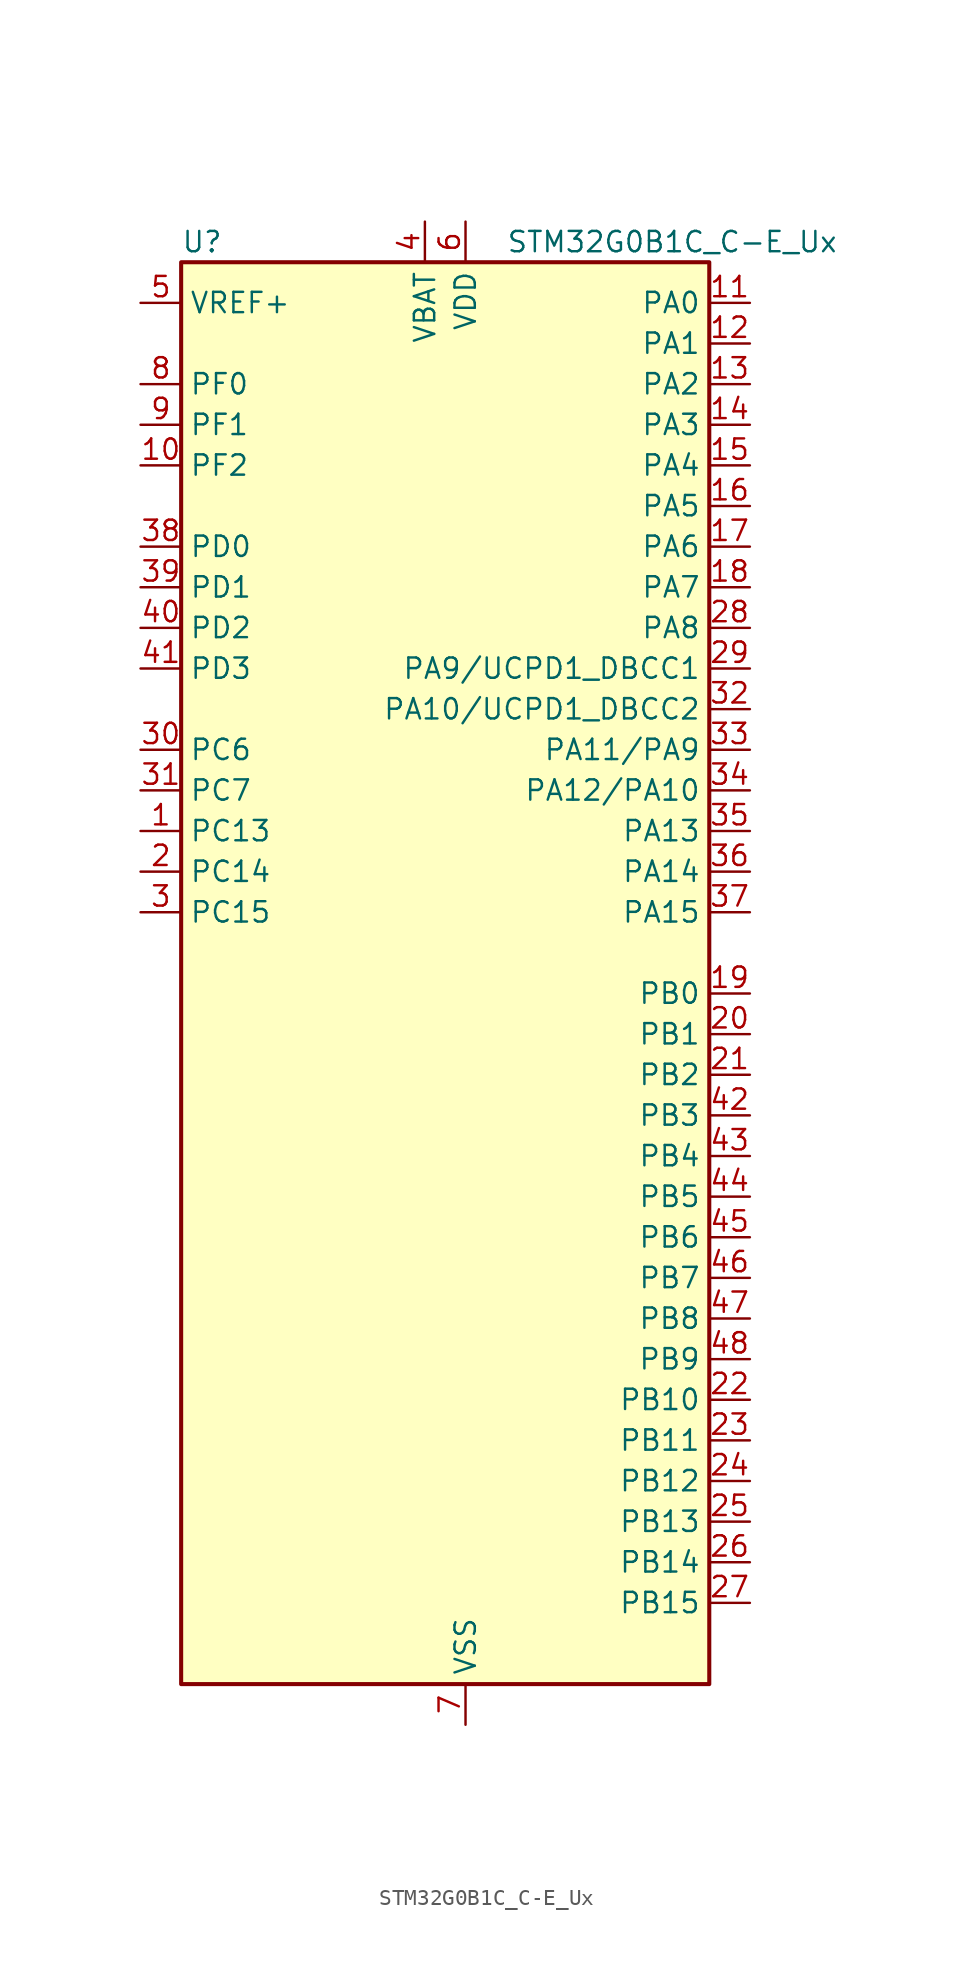
<source format=kicad_sym>
(kicad_symbol_lib
  (version 20211014)
  (generator kicad-library-utils)
  (symbol "STM32G0B1C_C-E_Ux"
    (property "Reference" "U"
      (at -15.24 46.99 0)
      (effects (font (size 1.27 1.27)) (justify left)))
    (property "Value" "STM32G0B1C_C-E_Ux"
      (at 5.08 46.99 0)
      (effects (font (size 1.27 1.27)) (justify left)))
    (property "ki_fp_filters" "QFN*1EP*7x7mm*P0.5mm*"
      (at 0.0 0.0 0.0)
      (effects (font (size 1.27 1.27))))
    (symbol "STM32G0B1C_C-E_Ux_0_1"
      (rectangle (start -15.24 -43.18) (end 17.78 45.72) (stroke (width 0.254)) (fill (type background))))
    (symbol "STM32G0B1C_C-E_Ux_1_1"
      (pin input line (at -17.78 43.18 0) (length 2.54) (name "VREF+" (effects (font (size 1.27 1.27)))) (number "5" (effects (font (size 1.27 1.27)))) (alternate "VREFBUF_OUT" bidirectional line))
      (pin bidirectional line (at -17.78 38.1 0) (length 2.54) (name "PF0" (effects (font (size 1.27 1.27)))) (number "8" (effects (font (size 1.27 1.27)))) (alternate "CRS1_SYNC" bidirectional line) (alternate "RCC_OSC_IN" bidirectional line) (alternate "TIM14_CH1" bidirectional line))
      (pin bidirectional line (at -17.78 35.56 0) (length 2.54) (name "PF1" (effects (font (size 1.27 1.27)))) (number "9" (effects (font (size 1.27 1.27)))) (alternate "RCC_OSC_EN" bidirectional line) (alternate "RCC_OSC_OUT" bidirectional line) (alternate "TIM15_CH1N" bidirectional line))
      (pin bidirectional line (at -17.78 33.02 0) (length 2.54) (name "PF2" (effects (font (size 1.27 1.27)))) (number "10" (effects (font (size 1.27 1.27)))) (alternate "LPUART2_DE" bidirectional line) (alternate "LPUART2_RTS" bidirectional line) (alternate "LPUART2_TX" bidirectional line) (alternate "RCC_MCO" bidirectional line))
      (pin bidirectional line (at -17.78 27.94 0) (length 2.54) (name "PD0" (effects (font (size 1.27 1.27)))) (number "38" (effects (font (size 1.27 1.27)))) (alternate "FDCAN1_RX" bidirectional line) (alternate "I2S2_WS" bidirectional line) (alternate "SPI2_NSS" bidirectional line) (alternate "TIM16_CH1" bidirectional line) (alternate "UCPD2_CC1" bidirectional line))
      (pin bidirectional line (at -17.78 25.4 0) (length 2.54) (name "PD1" (effects (font (size 1.27 1.27)))) (number "39" (effects (font (size 1.27 1.27)))) (alternate "FDCAN1_TX" bidirectional line) (alternate "I2S2_CK" bidirectional line) (alternate "SPI2_SCK" bidirectional line) (alternate "TIM17_CH1" bidirectional line) (alternate "UCPD2_DBCC1" bidirectional line))
      (pin bidirectional line (at -17.78 22.86 0) (length 2.54) (name "PD2" (effects (font (size 1.27 1.27)))) (number "40" (effects (font (size 1.27 1.27)))) (alternate "TIM1_CH1N" bidirectional line) (alternate "TIM3_ETR" bidirectional line) (alternate "UCPD2_CC2" bidirectional line) (alternate "USART3_CK" bidirectional line) (alternate "USART3_DE" bidirectional line) (alternate "USART3_RTS" bidirectional line) (alternate "USART5_RX" bidirectional line))
      (pin bidirectional line (at -17.78 20.32 0) (length 2.54) (name "PD3" (effects (font (size 1.27 1.27)))) (number "41" (effects (font (size 1.27 1.27)))) (alternate "I2S2_MCK" bidirectional line) (alternate "SPI2_MISO" bidirectional line) (alternate "TIM1_CH2N" bidirectional line) (alternate "UCPD2_DBCC2" bidirectional line) (alternate "USART2_CTS" bidirectional line) (alternate "USART2_NSS" bidirectional line) (alternate "USART5_TX" bidirectional line))
      (pin bidirectional line (at -17.78 15.24 0) (length 2.54) (name "PC6" (effects (font (size 1.27 1.27)))) (number "30" (effects (font (size 1.27 1.27)))) (alternate "LPUART2_TX" bidirectional line) (alternate "TIM2_CH3" bidirectional line) (alternate "TIM3_CH1" bidirectional line) (alternate "UCPD1_FRSTX1" bidirectional line) (alternate "UCPD1_FRSTX2" bidirectional line))
      (pin bidirectional line (at -17.78 12.7 0) (length 2.54) (name "PC7" (effects (font (size 1.27 1.27)))) (number "31" (effects (font (size 1.27 1.27)))) (alternate "LPUART2_RX" bidirectional line) (alternate "TIM2_CH4" bidirectional line) (alternate "TIM3_CH2" bidirectional line) (alternate "UCPD2_FRSTX1" bidirectional line) (alternate "UCPD2_FRSTX2" bidirectional line))
      (pin bidirectional line (at -17.78 10.16 0) (length 2.54) (name "PC13" (effects (font (size 1.27 1.27)))) (number "1" (effects (font (size 1.27 1.27)))) (alternate "RTC_OUT1" bidirectional line) (alternate "RTC_TAMP_IN1" bidirectional line) (alternate "RTC_TS" bidirectional line) (alternate "SYS_WKUP2" bidirectional line) (alternate "TIM1_BK" bidirectional line))
      (pin bidirectional line (at -17.78 7.62 0) (length 2.54) (name "PC14" (effects (font (size 1.27 1.27)))) (number "2" (effects (font (size 1.27 1.27)))) (alternate "RCC_OSC32_IN" bidirectional line) (alternate "TIM1_BK2" bidirectional line))
      (pin bidirectional line (at -17.78 5.08 0) (length 2.54) (name "PC15" (effects (font (size 1.27 1.27)))) (number "3" (effects (font (size 1.27 1.27)))) (alternate "RCC_OSC32_EN" bidirectional line) (alternate "RCC_OSC32_OUT" bidirectional line) (alternate "RCC_OSC_EN" bidirectional line) (alternate "TIM15_BK" bidirectional line))
      (pin bidirectional line (at 20.32 43.18 180) (length 2.54) (name "PA0" (effects (font (size 1.27 1.27)))) (number "11" (effects (font (size 1.27 1.27)))) (alternate "ADC1_IN0" bidirectional line) (alternate "COMP1_INM" bidirectional line) (alternate "COMP1_OUT" bidirectional line) (alternate "I2S2_CK" bidirectional line) (alternate "LPTIM1_OUT" bidirectional line) (alternate "RTC_TAMP_IN2" bidirectional line) (alternate "SPI2_SCK" bidirectional line) (alternate "SYS_WKUP1" bidirectional line) (alternate "TIM2_CH1" bidirectional line) (alternate "TIM2_ETR" bidirectional line) (alternate "UCPD2_FRSTX1" bidirectional line) (alternate "UCPD2_FRSTX2" bidirectional line) (alternate "USART2_CTS" bidirectional line) (alternate "USART2_NSS" bidirectional line) (alternate "USART4_TX" bidirectional line))
      (pin bidirectional line (at 20.32 40.64 180) (length 2.54) (name "PA1" (effects (font (size 1.27 1.27)))) (number "12" (effects (font (size 1.27 1.27)))) (alternate "ADC1_IN1" bidirectional line) (alternate "COMP1_INP" bidirectional line) (alternate "I2C1_SMBA" bidirectional line) (alternate "I2S1_CK" bidirectional line) (alternate "SPI1_SCK" bidirectional line) (alternate "TIM15_CH1N" bidirectional line) (alternate "TIM2_CH2" bidirectional line) (alternate "USART2_CK" bidirectional line) (alternate "USART2_DE" bidirectional line) (alternate "USART2_RTS" bidirectional line) (alternate "USART4_RX" bidirectional line))
      (pin bidirectional line (at 20.32 38.1 180) (length 2.54) (name "PA2" (effects (font (size 1.27 1.27)))) (number "13" (effects (font (size 1.27 1.27)))) (alternate "ADC1_IN2" bidirectional line) (alternate "COMP2_INM" bidirectional line) (alternate "COMP2_OUT" bidirectional line) (alternate "I2S1_SD" bidirectional line) (alternate "LPUART1_TX" bidirectional line) (alternate "RCC_LSCO" bidirectional line) (alternate "SPI1_MOSI" bidirectional line) (alternate "SYS_WKUP4" bidirectional line) (alternate "TIM15_CH1" bidirectional line) (alternate "TIM2_CH3" bidirectional line) (alternate "UCPD1_FRSTX1" bidirectional line) (alternate "UCPD1_FRSTX2" bidirectional line) (alternate "USART2_TX" bidirectional line))
      (pin bidirectional line (at 20.32 35.56 180) (length 2.54) (name "PA3" (effects (font (size 1.27 1.27)))) (number "14" (effects (font (size 1.27 1.27)))) (alternate "ADC1_IN3" bidirectional line) (alternate "COMP2_INP" bidirectional line) (alternate "I2S2_MCK" bidirectional line) (alternate "LPUART1_RX" bidirectional line) (alternate "SPI2_MISO" bidirectional line) (alternate "TIM15_CH2" bidirectional line) (alternate "TIM2_CH4" bidirectional line) (alternate "UCPD2_FRSTX1" bidirectional line) (alternate "UCPD2_FRSTX2" bidirectional line) (alternate "USART2_RX" bidirectional line))
      (pin bidirectional line (at 20.32 33.02 180) (length 2.54) (name "PA4" (effects (font (size 1.27 1.27)))) (number "15" (effects (font (size 1.27 1.27)))) (alternate "ADC1_IN4" bidirectional line) (alternate "DAC1_OUT1" bidirectional line) (alternate "I2S1_WS" bidirectional line) (alternate "I2S2_SD" bidirectional line) (alternate "LPTIM2_OUT" bidirectional line) (alternate "RTC_OUT2" bidirectional line) (alternate "SPI1_NSS" bidirectional line) (alternate "SPI2_MOSI" bidirectional line) (alternate "SPI3_NSS" bidirectional line) (alternate "TIM14_CH1" bidirectional line) (alternate "UCPD2_FRSTX1" bidirectional line) (alternate "UCPD2_FRSTX2" bidirectional line) (alternate "USART6_TX" bidirectional line) (alternate "USB_NOE" bidirectional line))
      (pin bidirectional line (at 20.32 30.48 180) (length 2.54) (name "PA5" (effects (font (size 1.27 1.27)))) (number "16" (effects (font (size 1.27 1.27)))) (alternate "ADC1_IN5" bidirectional line) (alternate "CEC" bidirectional line) (alternate "DAC1_OUT2" bidirectional line) (alternate "I2S1_CK" bidirectional line) (alternate "LPTIM2_ETR" bidirectional line) (alternate "SPI1_SCK" bidirectional line) (alternate "TIM2_CH1" bidirectional line) (alternate "TIM2_ETR" bidirectional line) (alternate "UCPD1_FRSTX1" bidirectional line) (alternate "UCPD1_FRSTX2" bidirectional line) (alternate "USART3_TX" bidirectional line) (alternate "USART6_RX" bidirectional line))
      (pin bidirectional line (at 20.32 27.94 180) (length 2.54) (name "PA6" (effects (font (size 1.27 1.27)))) (number "17" (effects (font (size 1.27 1.27)))) (alternate "ADC1_IN6" bidirectional line) (alternate "COMP1_OUT" bidirectional line) (alternate "I2C2_SDA" bidirectional line) (alternate "I2C3_SDA" bidirectional line) (alternate "I2S1_MCK" bidirectional line) (alternate "LPUART1_CTS" bidirectional line) (alternate "SPI1_MISO" bidirectional line) (alternate "TIM16_CH1" bidirectional line) (alternate "TIM1_BK" bidirectional line) (alternate "TIM3_CH1" bidirectional line) (alternate "USART3_CTS" bidirectional line) (alternate "USART3_NSS" bidirectional line) (alternate "USART6_CTS" bidirectional line) (alternate "USART6_NSS" bidirectional line))
      (pin bidirectional line (at 20.32 25.4 180) (length 2.54) (name "PA7" (effects (font (size 1.27 1.27)))) (number "18" (effects (font (size 1.27 1.27)))) (alternate "ADC1_IN7" bidirectional line) (alternate "COMP2_OUT" bidirectional line) (alternate "I2C2_SCL" bidirectional line) (alternate "I2C3_SCL" bidirectional line) (alternate "I2S1_SD" bidirectional line) (alternate "SPI1_MOSI" bidirectional line) (alternate "TIM14_CH1" bidirectional line) (alternate "TIM17_CH1" bidirectional line) (alternate "TIM1_CH1N" bidirectional line) (alternate "TIM3_CH2" bidirectional line) (alternate "UCPD1_FRSTX1" bidirectional line) (alternate "UCPD1_FRSTX2" bidirectional line) (alternate "USART6_CK" bidirectional line) (alternate "USART6_DE" bidirectional line) (alternate "USART6_RTS" bidirectional line))
      (pin bidirectional line (at 20.32 22.86 180) (length 2.54) (name "PA8" (effects (font (size 1.27 1.27)))) (number "28" (effects (font (size 1.27 1.27)))) (alternate "CRS1_SYNC" bidirectional line) (alternate "I2C2_SMBA" bidirectional line) (alternate "I2S2_WS" bidirectional line) (alternate "LPTIM2_OUT" bidirectional line) (alternate "RCC_MCO" bidirectional line) (alternate "SPI2_NSS" bidirectional line) (alternate "TIM1_CH1" bidirectional line) (alternate "UCPD1_CC1" bidirectional line))
      (pin bidirectional line (at 20.32 20.32 180) (length 2.54) (name "PA9/UCPD1_DBCC1" (effects (font (size 1.27 1.27)))) (number "29" (effects (font (size 1.27 1.27)))) (alternate "DAC1_EXTI9" bidirectional line) (alternate "I2C1_SCL" bidirectional line) (alternate "I2C2_SCL" bidirectional line) (alternate "I2S2_MCK" bidirectional line) (alternate "RCC_MCO" bidirectional line) (alternate "SPI2_MISO" bidirectional line) (alternate "TIM15_BK" bidirectional line) (alternate "TIM1_CH2" bidirectional line) (alternate "UCPD1_DBCC1" bidirectional line) (alternate "USART1_TX" bidirectional line))
      (pin bidirectional line (at 20.32 17.78 180) (length 2.54) (name "PA10/UCPD1_DBCC2" (effects (font (size 1.27 1.27)))) (number "32" (effects (font (size 1.27 1.27)))) (alternate "I2C1_SDA" bidirectional line) (alternate "I2C2_SDA" bidirectional line) (alternate "I2S2_SD" bidirectional line) (alternate "RCC_MCO_2" bidirectional line) (alternate "SPI2_MOSI" bidirectional line) (alternate "TIM17_BK" bidirectional line) (alternate "TIM1_CH3" bidirectional line) (alternate "UCPD1_DBCC2" bidirectional line) (alternate "USART1_RX" bidirectional line))
      (pin bidirectional line (at 20.32 15.24 180) (length 2.54) (name "PA11/PA9" (effects (font (size 1.27 1.27)))) (number "33" (effects (font (size 1.27 1.27)))) (alternate "ADC1_EXTI11" bidirectional line) (alternate "COMP1_OUT" bidirectional line) (alternate "FDCAN1_RX" bidirectional line) (alternate "I2C2_SCL" bidirectional line) (alternate "I2S1_MCK" bidirectional line) (alternate "SPI1_MISO" bidirectional line) (alternate "TIM1_BK2" bidirectional line) (alternate "TIM1_CH4" bidirectional line) (alternate "USART1_CTS" bidirectional line) (alternate "USART1_NSS" bidirectional line) (alternate "USB_DM" bidirectional line))
      (pin bidirectional line (at 20.32 12.7 180) (length 2.54) (name "PA12/PA10" (effects (font (size 1.27 1.27)))) (number "34" (effects (font (size 1.27 1.27)))) (alternate "COMP2_OUT" bidirectional line) (alternate "FDCAN1_TX" bidirectional line) (alternate "I2C2_SDA" bidirectional line) (alternate "I2S1_SD" bidirectional line) (alternate "I2S_CKIN" bidirectional line) (alternate "SPI1_MOSI" bidirectional line) (alternate "TIM1_ETR" bidirectional line) (alternate "USART1_CK" bidirectional line) (alternate "USART1_DE" bidirectional line) (alternate "USART1_RTS" bidirectional line) (alternate "USB_DP" bidirectional line))
      (pin bidirectional line (at 20.32 10.16 180) (length 2.54) (name "PA13" (effects (font (size 1.27 1.27)))) (number "35" (effects (font (size 1.27 1.27)))) (alternate "IR_OUT" bidirectional line) (alternate "LPUART2_RX" bidirectional line) (alternate "SYS_SWDIO" bidirectional line) (alternate "USB_NOE" bidirectional line))
      (pin bidirectional line (at 20.32 7.62 180) (length 2.54) (name "PA14" (effects (font (size 1.27 1.27)))) (number "36" (effects (font (size 1.27 1.27)))) (alternate "LPUART2_TX" bidirectional line) (alternate "SYS_SWCLK" bidirectional line) (alternate "USART2_TX" bidirectional line))
      (pin bidirectional line (at 20.32 5.08 180) (length 2.54) (name "PA15" (effects (font (size 1.27 1.27)))) (number "37" (effects (font (size 1.27 1.27)))) (alternate "I2C2_SMBA" bidirectional line) (alternate "I2S1_WS" bidirectional line) (alternate "RCC_MCO_2" bidirectional line) (alternate "SPI1_NSS" bidirectional line) (alternate "SPI3_NSS" bidirectional line) (alternate "TIM2_CH1" bidirectional line) (alternate "TIM2_ETR" bidirectional line) (alternate "USART2_RX" bidirectional line) (alternate "USART3_CK" bidirectional line) (alternate "USART3_DE" bidirectional line) (alternate "USART3_RTS" bidirectional line) (alternate "USART4_CK" bidirectional line) (alternate "USART4_DE" bidirectional line) (alternate "USART4_RTS" bidirectional line) (alternate "USB_NOE" bidirectional line))
      (pin bidirectional line (at 20.32 0.0 180) (length 2.54) (name "PB0" (effects (font (size 1.27 1.27)))) (number "19" (effects (font (size 1.27 1.27)))) (alternate "ADC1_IN8" bidirectional line) (alternate "COMP1_OUT" bidirectional line) (alternate "COMP3_INP" bidirectional line) (alternate "FDCAN2_RX" bidirectional line) (alternate "I2S1_WS" bidirectional line) (alternate "LPTIM1_OUT" bidirectional line) (alternate "LPUART2_CTS" bidirectional line) (alternate "SPI1_NSS" bidirectional line) (alternate "TIM1_CH2N" bidirectional line) (alternate "TIM3_CH3" bidirectional line) (alternate "UCPD1_FRSTX1" bidirectional line) (alternate "UCPD1_FRSTX2" bidirectional line) (alternate "USART3_RX" bidirectional line) (alternate "USART5_TX" bidirectional line))
      (pin bidirectional line (at 20.32 -2.54 180) (length 2.54) (name "PB1" (effects (font (size 1.27 1.27)))) (number "20" (effects (font (size 1.27 1.27)))) (alternate "ADC1_IN9" bidirectional line) (alternate "COMP1_INM" bidirectional line) (alternate "COMP3_OUT" bidirectional line) (alternate "FDCAN2_TX" bidirectional line) (alternate "LPTIM2_IN1" bidirectional line) (alternate "LPUART1_DE" bidirectional line) (alternate "LPUART1_RTS" bidirectional line) (alternate "LPUART2_DE" bidirectional line) (alternate "LPUART2_RTS" bidirectional line) (alternate "TIM14_CH1" bidirectional line) (alternate "TIM1_CH3N" bidirectional line) (alternate "TIM3_CH4" bidirectional line) (alternate "USART3_CK" bidirectional line) (alternate "USART3_DE" bidirectional line) (alternate "USART3_RTS" bidirectional line) (alternate "USART5_RX" bidirectional line))
      (pin bidirectional line (at 20.32 -5.08 180) (length 2.54) (name "PB2" (effects (font (size 1.27 1.27)))) (number "21" (effects (font (size 1.27 1.27)))) (alternate "ADC1_IN10" bidirectional line) (alternate "COMP1_INP" bidirectional line) (alternate "COMP3_INM" bidirectional line) (alternate "I2S2_MCK" bidirectional line) (alternate "LPTIM1_OUT" bidirectional line) (alternate "RCC_MCO_2" bidirectional line) (alternate "SPI2_MISO" bidirectional line) (alternate "USART3_TX" bidirectional line))
      (pin bidirectional line (at 20.32 -7.62 180) (length 2.54) (name "PB3" (effects (font (size 1.27 1.27)))) (number "42" (effects (font (size 1.27 1.27)))) (alternate "COMP2_INM" bidirectional line) (alternate "I2C2_SCL" bidirectional line) (alternate "I2C3_SCL" bidirectional line) (alternate "I2S1_CK" bidirectional line) (alternate "SPI1_SCK" bidirectional line) (alternate "SPI3_SCK" bidirectional line) (alternate "TIM1_CH2" bidirectional line) (alternate "TIM2_CH2" bidirectional line) (alternate "USART1_CK" bidirectional line) (alternate "USART1_DE" bidirectional line) (alternate "USART1_RTS" bidirectional line) (alternate "USART5_TX" bidirectional line))
      (pin bidirectional line (at 20.32 -10.16 180) (length 2.54) (name "PB4" (effects (font (size 1.27 1.27)))) (number "43" (effects (font (size 1.27 1.27)))) (alternate "COMP2_INP" bidirectional line) (alternate "I2C2_SDA" bidirectional line) (alternate "I2C3_SDA" bidirectional line) (alternate "I2S1_MCK" bidirectional line) (alternate "SPI1_MISO" bidirectional line) (alternate "SPI3_MISO" bidirectional line) (alternate "TIM17_BK" bidirectional line) (alternate "TIM3_CH1" bidirectional line) (alternate "USART1_CTS" bidirectional line) (alternate "USART1_NSS" bidirectional line) (alternate "USART5_RX" bidirectional line))
      (pin bidirectional line (at 20.32 -12.7 180) (length 2.54) (name "PB5" (effects (font (size 1.27 1.27)))) (number "44" (effects (font (size 1.27 1.27)))) (alternate "COMP2_OUT" bidirectional line) (alternate "FDCAN2_RX" bidirectional line) (alternate "I2C1_SMBA" bidirectional line) (alternate "I2S1_SD" bidirectional line) (alternate "LPTIM1_IN1" bidirectional line) (alternate "SPI1_MOSI" bidirectional line) (alternate "SPI3_MOSI" bidirectional line) (alternate "SYS_WKUP6" bidirectional line) (alternate "TIM16_BK" bidirectional line) (alternate "TIM3_CH2" bidirectional line) (alternate "USART5_CK" bidirectional line) (alternate "USART5_DE" bidirectional line) (alternate "USART5_RTS" bidirectional line))
      (pin bidirectional line (at 20.32 -15.24 180) (length 2.54) (name "PB6" (effects (font (size 1.27 1.27)))) (number "45" (effects (font (size 1.27 1.27)))) (alternate "COMP2_INP" bidirectional line) (alternate "FDCAN2_TX" bidirectional line) (alternate "I2C1_SCL" bidirectional line) (alternate "I2S2_MCK" bidirectional line) (alternate "LPTIM1_ETR" bidirectional line) (alternate "LPUART2_TX" bidirectional line) (alternate "SPI2_MISO" bidirectional line) (alternate "TIM16_CH1N" bidirectional line) (alternate "TIM1_CH3" bidirectional line) (alternate "TIM4_CH1" bidirectional line) (alternate "USART1_TX" bidirectional line) (alternate "USART5_CTS" bidirectional line) (alternate "USART5_NSS" bidirectional line))
      (pin bidirectional line (at 20.32 -17.78 180) (length 2.54) (name "PB7" (effects (font (size 1.27 1.27)))) (number "46" (effects (font (size 1.27 1.27)))) (alternate "COMP2_INM" bidirectional line) (alternate "I2C1_SDA" bidirectional line) (alternate "I2S2_SD" bidirectional line) (alternate "LPTIM1_IN2" bidirectional line) (alternate "LPUART2_RX" bidirectional line) (alternate "SPI2_MOSI" bidirectional line) (alternate "SYS_PVD_IN" bidirectional line) (alternate "TIM17_CH1N" bidirectional line) (alternate "TIM4_CH2" bidirectional line) (alternate "USART1_RX" bidirectional line) (alternate "USART4_CTS" bidirectional line) (alternate "USART4_NSS" bidirectional line))
      (pin bidirectional line (at 20.32 -20.32 180) (length 2.54) (name "PB8" (effects (font (size 1.27 1.27)))) (number "47" (effects (font (size 1.27 1.27)))) (alternate "CEC" bidirectional line) (alternate "FDCAN1_RX" bidirectional line) (alternate "I2C1_SCL" bidirectional line) (alternate "I2S2_CK" bidirectional line) (alternate "SPI2_SCK" bidirectional line) (alternate "TIM15_BK" bidirectional line) (alternate "TIM16_CH1" bidirectional line) (alternate "TIM4_CH3" bidirectional line) (alternate "USART3_TX" bidirectional line) (alternate "USART6_TX" bidirectional line))
      (pin bidirectional line (at 20.32 -22.86 180) (length 2.54) (name "PB9" (effects (font (size 1.27 1.27)))) (number "48" (effects (font (size 1.27 1.27)))) (alternate "DAC1_EXTI9" bidirectional line) (alternate "FDCAN1_TX" bidirectional line) (alternate "I2C1_SDA" bidirectional line) (alternate "I2S2_WS" bidirectional line) (alternate "IR_OUT" bidirectional line) (alternate "SPI2_NSS" bidirectional line) (alternate "TIM17_CH1" bidirectional line) (alternate "TIM4_CH4" bidirectional line) (alternate "UCPD2_FRSTX1" bidirectional line) (alternate "UCPD2_FRSTX2" bidirectional line) (alternate "USART3_RX" bidirectional line) (alternate "USART6_RX" bidirectional line))
      (pin bidirectional line (at 20.32 -25.4 180) (length 2.54) (name "PB10" (effects (font (size 1.27 1.27)))) (number "22" (effects (font (size 1.27 1.27)))) (alternate "ADC1_IN11" bidirectional line) (alternate "CEC" bidirectional line) (alternate "COMP1_OUT" bidirectional line) (alternate "I2C2_SCL" bidirectional line) (alternate "I2S2_CK" bidirectional line) (alternate "LPUART1_RX" bidirectional line) (alternate "SPI2_SCK" bidirectional line) (alternate "TIM2_CH3" bidirectional line) (alternate "USART3_TX" bidirectional line))
      (pin bidirectional line (at 20.32 -27.94 180) (length 2.54) (name "PB11" (effects (font (size 1.27 1.27)))) (number "23" (effects (font (size 1.27 1.27)))) (alternate "ADC1_EXTI11" bidirectional line) (alternate "ADC1_IN15" bidirectional line) (alternate "COMP2_OUT" bidirectional line) (alternate "I2C2_SDA" bidirectional line) (alternate "I2S2_SD" bidirectional line) (alternate "LPUART1_TX" bidirectional line) (alternate "SPI2_MOSI" bidirectional line) (alternate "TIM2_CH4" bidirectional line) (alternate "USART3_RX" bidirectional line))
      (pin bidirectional line (at 20.32 -30.48 180) (length 2.54) (name "PB12" (effects (font (size 1.27 1.27)))) (number "24" (effects (font (size 1.27 1.27)))) (alternate "ADC1_IN16" bidirectional line) (alternate "FDCAN2_RX" bidirectional line) (alternate "I2C2_SMBA" bidirectional line) (alternate "I2S2_WS" bidirectional line) (alternate "LPUART1_DE" bidirectional line) (alternate "LPUART1_RTS" bidirectional line) (alternate "SPI2_NSS" bidirectional line) (alternate "TIM15_BK" bidirectional line) (alternate "TIM1_BK" bidirectional line) (alternate "UCPD2_FRSTX1" bidirectional line) (alternate "UCPD2_FRSTX2" bidirectional line))
      (pin bidirectional line (at 20.32 -33.02 180) (length 2.54) (name "PB13" (effects (font (size 1.27 1.27)))) (number "25" (effects (font (size 1.27 1.27)))) (alternate "FDCAN2_TX" bidirectional line) (alternate "I2C2_SCL" bidirectional line) (alternate "I2S2_CK" bidirectional line) (alternate "LPUART1_CTS" bidirectional line) (alternate "SPI2_SCK" bidirectional line) (alternate "TIM15_CH1N" bidirectional line) (alternate "TIM1_CH1N" bidirectional line) (alternate "USART3_CTS" bidirectional line) (alternate "USART3_NSS" bidirectional line))
      (pin bidirectional line (at 20.32 -35.56 180) (length 2.54) (name "PB14" (effects (font (size 1.27 1.27)))) (number "26" (effects (font (size 1.27 1.27)))) (alternate "I2C2_SDA" bidirectional line) (alternate "I2S2_MCK" bidirectional line) (alternate "SPI2_MISO" bidirectional line) (alternate "TIM15_CH1" bidirectional line) (alternate "TIM1_CH2N" bidirectional line) (alternate "UCPD1_FRSTX1" bidirectional line) (alternate "UCPD1_FRSTX2" bidirectional line) (alternate "USART3_CK" bidirectional line) (alternate "USART3_DE" bidirectional line) (alternate "USART3_RTS" bidirectional line) (alternate "USART6_CK" bidirectional line) (alternate "USART6_DE" bidirectional line) (alternate "USART6_RTS" bidirectional line))
      (pin bidirectional line (at 20.32 -38.1 180) (length 2.54) (name "PB15" (effects (font (size 1.27 1.27)))) (number "27" (effects (font (size 1.27 1.27)))) (alternate "I2S2_SD" bidirectional line) (alternate "RTC_REFIN" bidirectional line) (alternate "SPI2_MOSI" bidirectional line) (alternate "TIM15_CH1N" bidirectional line) (alternate "TIM15_CH2" bidirectional line) (alternate "TIM1_CH3N" bidirectional line) (alternate "UCPD1_CC2" bidirectional line) (alternate "USART6_CTS" bidirectional line) (alternate "USART6_NSS" bidirectional line))
      (pin power_in line (at 0.0 48.26 270) (length 2.54) (name "VBAT" (effects (font (size 1.27 1.27)))) (number "4" (effects (font (size 1.27 1.27)))))
      (pin power_in line (at 2.54 48.26 270) (length 2.54) (name "VDD" (effects (font (size 1.27 1.27)))) (number "6" (effects (font (size 1.27 1.27)))))
      (pin power_in line (at 2.54 -45.72 90) (length 2.54) (name "VSS" (effects (font (size 1.27 1.27)))) (number "7" (effects (font (size 1.27 1.27)))))
      (pin passive line (at 2.54 -45.72 90) (length 2.54) hide (name "VSS" (effects (font (size 1.27 1.27)))) (number "49" (effects (font (size 1.27 1.27))))))))
</source>
